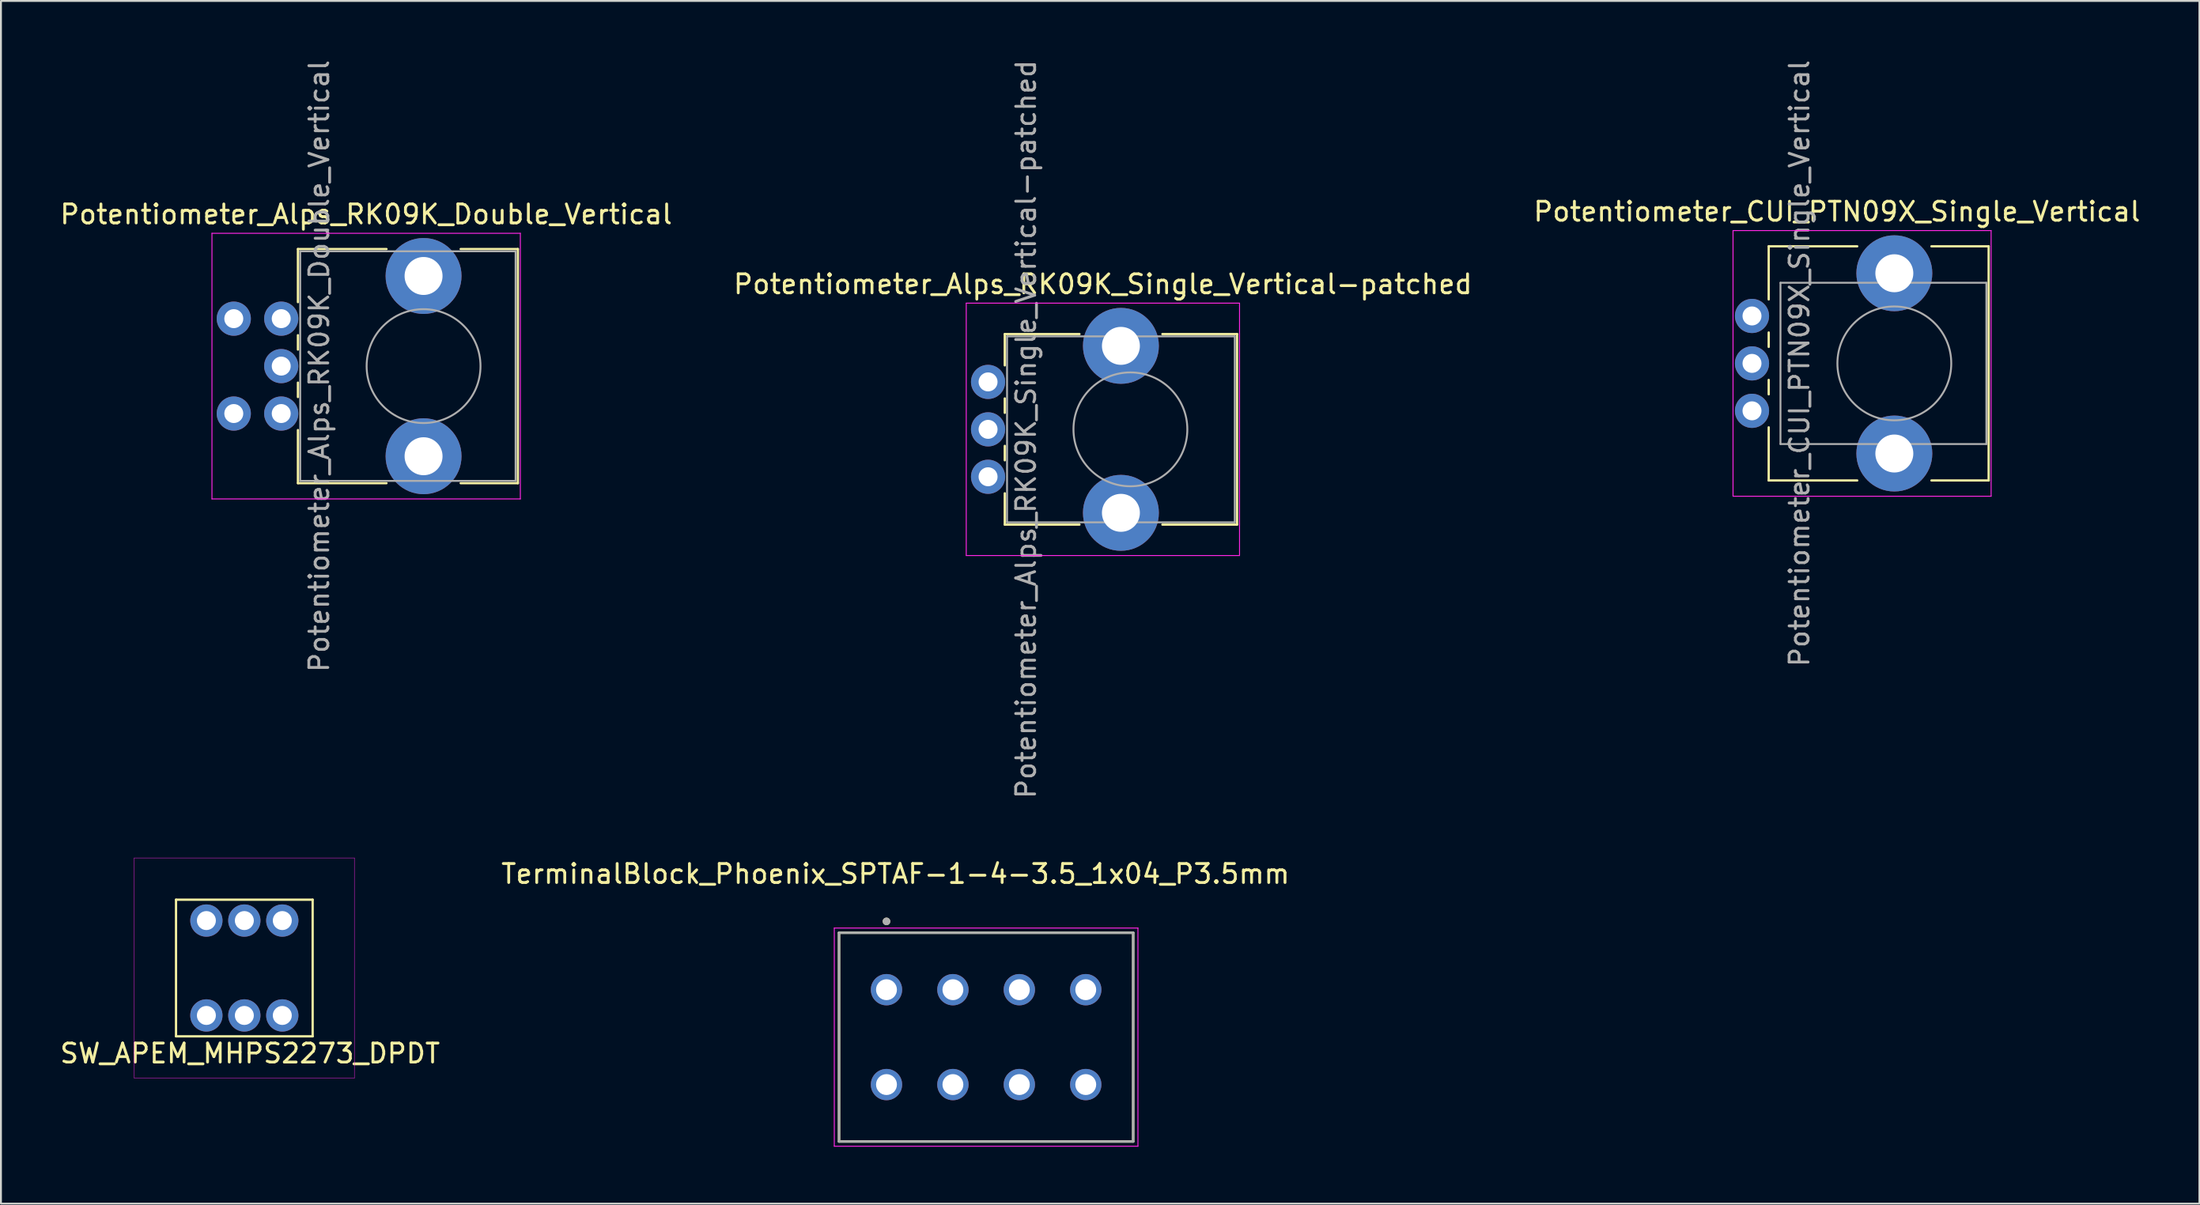
<source format=kicad_pcb>
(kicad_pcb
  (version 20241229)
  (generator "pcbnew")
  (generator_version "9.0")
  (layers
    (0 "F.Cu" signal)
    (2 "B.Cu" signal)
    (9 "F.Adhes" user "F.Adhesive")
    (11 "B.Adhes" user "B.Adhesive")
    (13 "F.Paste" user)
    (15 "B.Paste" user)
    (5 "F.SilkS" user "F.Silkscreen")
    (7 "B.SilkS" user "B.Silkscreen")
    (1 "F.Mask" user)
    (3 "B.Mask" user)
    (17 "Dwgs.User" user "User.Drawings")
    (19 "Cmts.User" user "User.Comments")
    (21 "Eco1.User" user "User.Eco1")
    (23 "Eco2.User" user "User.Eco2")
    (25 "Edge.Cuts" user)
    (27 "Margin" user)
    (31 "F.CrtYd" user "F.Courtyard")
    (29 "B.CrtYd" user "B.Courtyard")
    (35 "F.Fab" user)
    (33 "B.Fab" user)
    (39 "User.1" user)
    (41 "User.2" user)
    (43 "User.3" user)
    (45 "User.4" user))
  (footprint "Potentiometer_Alps_RK09K_Double_Vertical"
    (layer "F.Cu")
    (at 11.769 18.744)
    (property "Reference" "Potentiometer_Alps_RK09K_Double_Vertical" (at 4.475 -10.5 0) (layer "F.SilkS") (effects (font (size 1 1) (thickness 0.15))))
    (attr through_hole)
    (fp_line (start 0.88 -8.67) (end 0.88 -5.871) (stroke (width 0.12) (type solid)) (layer "F.SilkS"))
    (fp_line (start 0.88 -8.67) (end 5.546 -8.67) (stroke (width 0.12) (type solid)) (layer "F.SilkS"))
    (fp_line (start 0.88 -4.129) (end 0.88 -3.37) (stroke (width 0.12) (type solid)) (layer "F.SilkS"))
    (fp_line (start 0.88 -1.629) (end 0.88 -0.87) (stroke (width 0.12) (type solid)) (layer "F.SilkS"))
    (fp_line (start 0.88 0.87) (end 0.88 3.67) (stroke (width 0.12) (type solid)) (layer "F.SilkS"))
    (fp_line (start 0.88 3.67) (end 5.546 3.67) (stroke (width 0.12) (type solid)) (layer "F.SilkS"))
    (fp_line (start 9.455 -8.67) (end 12.47 -8.67) (stroke (width 0.12) (type solid)) (layer "F.SilkS"))
    (fp_line (start 9.455 3.67) (end 12.47 3.67) (stroke (width 0.12) (type solid)) (layer "F.SilkS"))
    (fp_line (start 12.47 -8.67) (end 12.47 3.67) (stroke (width 0.12) (type solid)) (layer "F.SilkS"))
    (fp_line (start -3.65 -9.5) (end -3.65 4.5) (stroke (width 0.05) (type solid)) (layer "F.CrtYd"))
    (fp_line (start -3.65 4.5) (end 12.6 4.5) (stroke (width 0.05) (type solid)) (layer "F.CrtYd"))
    (fp_line (start 12.6 -9.5) (end -3.65 -9.5) (stroke (width 0.05) (type solid)) (layer "F.CrtYd"))
    (fp_line (start 12.6 4.5) (end 12.6 -9.5) (stroke (width 0.05) (type solid)) (layer "F.CrtYd"))
    (fp_line (start 1 -8.55) (end 1 3.55) (stroke (width 0.1) (type solid)) (layer "F.Fab"))
    (fp_line (start 1 3.55) (end 12.35 3.55) (stroke (width 0.1) (type solid)) (layer "F.Fab"))
    (fp_line (start 12.35 -8.55) (end 1 -8.55) (stroke (width 0.1) (type solid)) (layer "F.Fab"))
    (fp_line (start 12.35 3.55) (end 12.35 -8.55) (stroke (width 0.1) (type solid)) (layer "F.Fab"))
    (fp_circle (center 7.5 -2.5) (end 10.5 -2.5) (stroke (width 0.1) (type solid)) (fill no) (layer "F.Fab"))
    (fp_text user "${REFERENCE}" (at 2 -2.5 90) (layer "F.Fab") (effects (font (size 1 1) (thickness 0.15))))
    (pad "" np_thru_hole circle (at 7.5 -7.25) (size 4 4) (drill 2) (layers "*.Cu" "*.Mask"))
    (pad "" np_thru_hole circle (at 7.5 2.25) (size 4 4) (drill 2) (layers "*.Cu" "*.Mask"))
    (pad "1" thru_hole circle (at 0 -5 90) (size 1.8 1.8) (drill 1) (layers "*.Cu" "*.Mask"))
    (pad "2" thru_hole circle (at -2.5 0) (size 1.8 1.8) (drill 1) (layers "*.Cu" "*.Mask"))
    (pad "3" thru_hole circle (at 0 0) (size 1.8 1.8) (drill 1) (layers "*.Cu" "*.Mask"))
    (pad "5" thru_hole circle (at -2.5 -5) (size 1.8 1.8) (drill 1) (layers "*.Cu" "*.Mask"))
    (pad "6" thru_hole circle (at 0 -2.5) (size 1.8 1.8) (drill 1) (layers "*.Cu" "*.Mask")))
  (footprint "SW_APEM_MHPS2273_DPDT"
    (layer "F.Cu")
    (at 9.825 47.965)
    (property "Reference" "SW_APEM_MHPS2273_DPDT" (at 0.3 4.5 0) (layer "F.SilkS") (effects (font (size 1 1) (thickness 0.15))))
    (attr through_hole)
    (fp_line (start -3.6 -3.6) (end 3.6 -3.6) (stroke (width 0.12) (type solid)) (layer "F.SilkS"))
    (fp_line (start -3.6 3.6) (end -3.6 -3.6) (stroke (width 0.12) (type solid)) (layer "F.SilkS"))
    (fp_line (start 3.6 -3.6) (end 3.6 3.6) (stroke (width 0.12) (type solid)) (layer "F.SilkS"))
    (fp_line (start 3.6 3.6) (end -3.6 3.6) (stroke (width 0.12) (type solid)) (layer "F.SilkS"))
    (fp_line (start -5.8 -5.8) (end 5.8 -5.8) (stroke (width 0.02) (type solid)) (layer "F.CrtYd"))
    (fp_line (start -5.8 5.8) (end -5.8 -5.8) (stroke (width 0.02) (type solid)) (layer "F.CrtYd"))
    (fp_line (start 5.8 -5.8) (end 5.8 5.8) (stroke (width 0.02) (type solid)) (layer "F.CrtYd"))
    (fp_line (start 5.8 5.8) (end -5.8 5.8) (stroke (width 0.02) (type solid)) (layer "F.CrtYd"))
    (pad "1" thru_hole circle (at -2 -2.5) (size 1.7 1.7) (drill 1) (layers "*.Cu" "*.Mask"))
    (pad "2" thru_hole circle (at 0 -2.5) (size 1.7 1.7) (drill 1) (layers "*.Cu" "*.Mask"))
    (pad "3" thru_hole circle (at 2 -2.5) (size 1.7 1.7) (drill 1) (layers "*.Cu" "*.Mask"))
    (pad "4" thru_hole circle (at -2 2.5) (size 1.7 1.7) (drill 1) (layers "*.Cu" "*.Mask"))
    (pad "5" thru_hole circle (at 0 2.5) (size 1.7 1.7) (drill 1) (layers "*.Cu" "*.Mask"))
    (pad "6" thru_hole circle (at 2 2.5) (size 1.7 1.7) (drill 1) (layers "*.Cu" "*.Mask")))
  (footprint "Potentiometer_Alps_RK09K_Single_Vertical-patched"
    (layer "F.Cu")
    (at 49.015 22.077)
    (property "Reference" "Potentiometer_Alps_RK09K_Single_Vertical-patched" (at 6.05 -10.15 0) (layer "F.SilkS") (effects (font (size 1 1) (thickness 0.15))))
    (attr through_hole)
    (fp_line (start 0.88 -7.521) (end 0.88 -5.871) (stroke (width 0.12) (type solid)) (layer "F.SilkS"))
    (fp_line (start 0.88 -7.521) (end 4.817 -7.521) (stroke (width 0.12) (type solid)) (layer "F.SilkS"))
    (fp_line (start 0.88 -4.129) (end 0.88 -3.37) (stroke (width 0.12) (type solid)) (layer "F.SilkS"))
    (fp_line (start 0.88 -1.629) (end 0.88 -0.87) (stroke (width 0.12) (type solid)) (layer "F.SilkS"))
    (fp_line (start 0.88 0.87) (end 0.88 2.52) (stroke (width 0.12) (type solid)) (layer "F.SilkS"))
    (fp_line (start 0.88 2.52) (end 4.817 2.52) (stroke (width 0.12) (type solid)) (layer "F.SilkS"))
    (fp_line (start 9.184 -7.521) (end 13.12 -7.521) (stroke (width 0.12) (type solid)) (layer "F.SilkS"))
    (fp_line (start 9.184 2.52) (end 13.12 2.52) (stroke (width 0.12) (type solid)) (layer "F.SilkS"))
    (fp_line (start 13.12 -7.521) (end 13.12 2.52) (stroke (width 0.12) (type solid)) (layer "F.SilkS"))
    (fp_line (start -1.15 -9.15) (end -1.15 4.15) (stroke (width 0.05) (type solid)) (layer "F.CrtYd"))
    (fp_line (start -1.15 4.15) (end 13.25 4.15) (stroke (width 0.05) (type solid)) (layer "F.CrtYd"))
    (fp_line (start 13.25 -9.15) (end -1.15 -9.15) (stroke (width 0.05) (type solid)) (layer "F.CrtYd"))
    (fp_line (start 13.25 4.15) (end 13.25 -9.15) (stroke (width 0.05) (type solid)) (layer "F.CrtYd"))
    (fp_line (start 1 -7.4) (end 1 2.4) (stroke (width 0.1) (type solid)) (layer "F.Fab"))
    (fp_line (start 1 2.4) (end 13 2.4) (stroke (width 0.1) (type solid)) (layer "F.Fab"))
    (fp_line (start 13 -7.4) (end 1 -7.4) (stroke (width 0.1) (type solid)) (layer "F.Fab"))
    (fp_line (start 13 2.4) (end 13 -7.4) (stroke (width 0.1) (type solid)) (layer "F.Fab"))
    (fp_circle (center 7.5 -2.5) (end 10.5 -2.5) (stroke (width 0.1) (type solid)) (fill no) (layer "F.Fab"))
    (fp_text user "${REFERENCE}" (at 2 -2.5 90) (layer "F.Fab") (effects (font (size 1 1) (thickness 0.15))))
    (pad "" np_thru_hole circle (at 7 -6.9) (size 4 4) (drill 2) (layers "*.Cu" "*.Mask"))
    (pad "" np_thru_hole circle (at 7 1.9) (size 4 4) (drill 2) (layers "*.Cu" "*.Mask"))
    (pad "1" thru_hole circle (at 0 -5) (size 1.8 1.8) (drill 1) (layers "*.Cu" "*.Mask"))
    (pad "2" thru_hole circle (at 0 -2.5) (size 1.8 1.8) (drill 1) (layers "*.Cu" "*.Mask"))
    (pad "3" thru_hole circle (at 0 0) (size 1.8 1.8) (drill 1) (layers "*.Cu" "*.Mask")))
  (footprint "Potentiometer_CUI_PTN09X_Single_Vertical"
    (layer "F.Cu")
    (at 89.269 16.101)
    (property "Reference" "Potentiometer_CUI_PTN09X_Single_Vertical" (at 4.475 -8 0) (layer "F.SilkS") (effects (font (size 1 1) (thickness 0.15))))
    (attr through_hole)
    (fp_line (start 0.88 -6.17) (end 0.88 -3.371) (stroke (width 0.12) (type solid)) (layer "F.SilkS"))
    (fp_line (start 0.88 -6.17) (end 5.546 -6.17) (stroke (width 0.12) (type solid)) (layer "F.SilkS"))
    (fp_line (start 0.88 -1.629) (end 0.88 -0.87) (stroke (width 0.12) (type solid)) (layer "F.SilkS"))
    (fp_line (start 0.88 0.871) (end 0.88 1.63) (stroke (width 0.12) (type solid)) (layer "F.SilkS"))
    (fp_line (start 0.88 3.37) (end 0.88 6.17) (stroke (width 0.12) (type solid)) (layer "F.SilkS"))
    (fp_line (start 0.88 6.17) (end 5.546 6.17) (stroke (width 0.12) (type solid)) (layer "F.SilkS"))
    (fp_line (start 9.455 -6.17) (end 12.47 -6.17) (stroke (width 0.12) (type solid)) (layer "F.SilkS"))
    (fp_line (start 9.455 6.17) (end 12.47 6.17) (stroke (width 0.12) (type solid)) (layer "F.SilkS"))
    (fp_line (start 12.47 -6.17) (end 12.47 6.17) (stroke (width 0.12) (type solid)) (layer "F.SilkS"))
    (fp_line (start -1 -7) (end -1 7) (stroke (width 0.05) (type solid)) (layer "F.CrtYd"))
    (fp_line (start -1 7) (end 12.6 7) (stroke (width 0.05) (type solid)) (layer "F.CrtYd"))
    (fp_line (start 12.6 -7) (end -1 -7) (stroke (width 0.05) (type solid)) (layer "F.CrtYd"))
    (fp_line (start 12.6 7) (end 12.6 -7) (stroke (width 0.05) (type solid)) (layer "F.CrtYd"))
    (fp_line (start 1.5 -4.25) (end 1.5 4.25) (stroke (width 0.1) (type solid)) (layer "F.Fab"))
    (fp_line (start 1.5 4.25) (end 12.35 4.25) (stroke (width 0.1) (type solid)) (layer "F.Fab"))
    (fp_line (start 12.35 -4.25) (end 1.5 -4.25) (stroke (width 0.1) (type solid)) (layer "F.Fab"))
    (fp_line (start 12.35 4.25) (end 12.35 -4.25) (stroke (width 0.1) (type solid)) (layer "F.Fab"))
    (fp_circle (center 7.5 0) (end 10.5 0) (stroke (width 0.1) (type solid)) (fill no) (layer "F.Fab"))
    (fp_text user "${REFERENCE}" (at 2.5 0 90) (layer "F.Fab") (effects (font (size 1 1) (thickness 0.15))))
    (pad "" np_thru_hole circle (at 7.5 -4.75) (size 4 4) (drill 2) (layers "*.Cu" "*.Mask"))
    (pad "" np_thru_hole circle (at 7.5 4.75) (size 4 4) (drill 2) (layers "*.Cu" "*.Mask"))
    (pad "1" thru_hole circle (at 0 -2.5 90) (size 1.8 1.8) (drill 1) (layers "*.Cu" "*.Mask"))
    (pad "2" thru_hole circle (at 0 0) (size 1.8 1.8) (drill 1) (layers "*.Cu" "*.Mask"))
    (pad "3" thru_hole circle (at 0 2.5) (size 1.8 1.8) (drill 1) (layers "*.Cu" "*.Mask")))
  (footprint "TerminalBlock_Phoenix_SPTAF-1-4-3.5_1x04_P3.5mm"
    (layer "F.Cu")
    (at 41.162 57.108)
    (property "Reference" "TerminalBlock_Phoenix_SPTAF-1-4-3.5_1x04_P3.5mm" (at 2.975 -14.105 0) (layer "F.SilkS") (effects (font (size 1 1) (thickness 0.15))))
    (attr through_hole)
    (fp_line (start 0 -11) (end 15.5 -11) (stroke (width 0.127) (type solid)) (layer "F.SilkS"))
    (fp_line (start 0 0) (end 0 -11) (stroke (width 0.127) (type solid)) (layer "F.SilkS"))
    (fp_line (start 15.5 -11) (end 15.5 0) (stroke (width 0.127) (type solid)) (layer "F.SilkS"))
    (fp_line (start 15.5 0) (end 0 0) (stroke (width 0.127) (type solid)) (layer "F.SilkS"))
    (fp_circle (center 2.5 -11.6) (end 2.6 -11.6) (stroke (width 0.2) (type solid)) (fill no) (layer "F.SilkS"))
    (fp_line (start -0.25 -11.25) (end -0.25 0.25) (stroke (width 0.05) (type solid)) (layer "F.CrtYd"))
    (fp_line (start -0.25 0.25) (end 15.75 0.25) (stroke (width 0.05) (type solid)) (layer "F.CrtYd"))
    (fp_line (start 15.75 -11.25) (end -0.25 -11.25) (stroke (width 0.05) (type solid)) (layer "F.CrtYd"))
    (fp_line (start 15.75 0.25) (end 15.75 -11.25) (stroke (width 0.05) (type solid)) (layer "F.CrtYd"))
    (fp_line (start 0 -11) (end 15.5 -11) (stroke (width 0.127) (type solid)) (layer "F.Fab"))
    (fp_line (start 0 0) (end 0 -11) (stroke (width 0.127) (type solid)) (layer "F.Fab"))
    (fp_line (start 15.5 -11) (end 15.5 0) (stroke (width 0.127) (type solid)) (layer "F.Fab"))
    (fp_line (start 15.5 0) (end 0 0) (stroke (width 0.127) (type solid)) (layer "F.Fab"))
    (fp_circle (center 2.5 -11.6) (end 2.6 -11.6) (stroke (width 0.2) (type solid)) (fill no) (layer "F.Fab"))
    (pad "1" thru_hole circle (at 2.5 -8) (size 1.65 1.65) (drill 1.1) (layers "*.Cu" "*.Mask"))
    (pad "1" thru_hole circle (at 2.5 -3) (size 1.65 1.65) (drill 1.1) (layers "*.Cu" "*.Mask"))
    (pad "2" thru_hole circle (at 6 -8) (size 1.65 1.65) (drill 1.1) (layers "*.Cu" "*.Mask"))
    (pad "2" thru_hole circle (at 6 -3) (size 1.65 1.65) (drill 1.1) (layers "*.Cu" "*.Mask"))
    (pad "3" thru_hole circle (at 9.5 -8) (size 1.65 1.65) (drill 1.1) (layers "*.Cu" "*.Mask"))
    (pad "3" thru_hole circle (at 9.5 -3) (size 1.65 1.65) (drill 1.1) (layers "*.Cu" "*.Mask"))
    (pad "4" thru_hole circle (at 13 -8) (size 1.65 1.65) (drill 1.1) (layers "*.Cu" "*.Mask"))
    (pad "4" thru_hole circle (at 13 -3) (size 1.65 1.65) (drill 1.1) (layers "*.Cu" "*.Mask")))
  (gr_rect
    (start -3 -3)
    (end 112.845 60.383)
    (stroke (width 0.1) (type default))
    (fill no)
    (layer "Edge.Cuts")))
</source>
